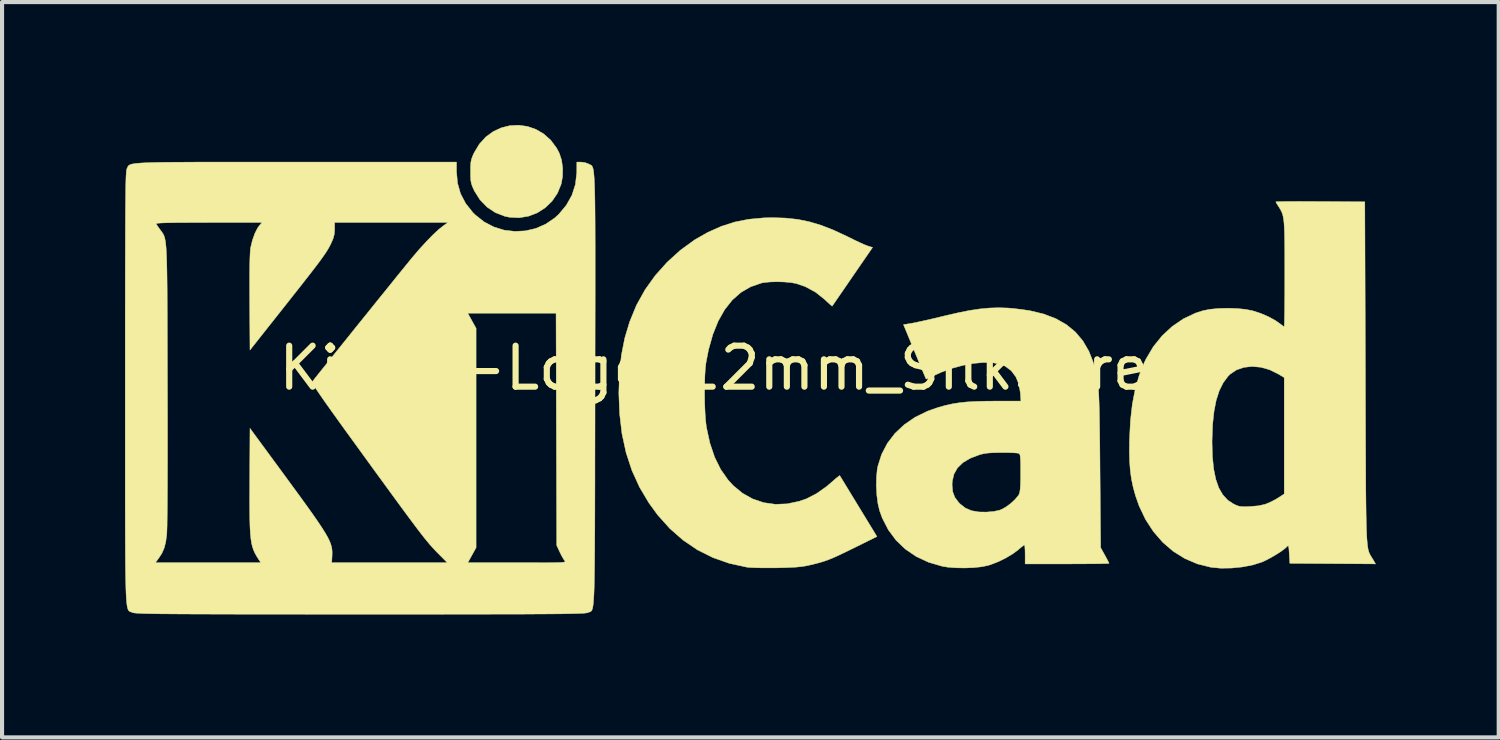
<source format=kicad_pcb>
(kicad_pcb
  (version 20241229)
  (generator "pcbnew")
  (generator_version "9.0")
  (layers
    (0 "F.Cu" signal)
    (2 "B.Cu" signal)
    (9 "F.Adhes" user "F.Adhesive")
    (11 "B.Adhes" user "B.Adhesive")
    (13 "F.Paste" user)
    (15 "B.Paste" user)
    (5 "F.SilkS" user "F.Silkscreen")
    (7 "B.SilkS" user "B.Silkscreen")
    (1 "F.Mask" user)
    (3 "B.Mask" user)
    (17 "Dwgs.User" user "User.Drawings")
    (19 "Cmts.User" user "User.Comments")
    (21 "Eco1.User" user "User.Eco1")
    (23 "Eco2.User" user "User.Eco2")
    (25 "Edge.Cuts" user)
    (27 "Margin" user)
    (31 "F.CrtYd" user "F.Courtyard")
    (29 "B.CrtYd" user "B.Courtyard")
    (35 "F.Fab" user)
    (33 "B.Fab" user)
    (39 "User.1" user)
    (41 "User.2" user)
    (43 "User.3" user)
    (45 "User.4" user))
  (footprint "KiCad-Logo_12mm_SilkScreen"
    (layer "F.Cu")
    (at 15.245 5.93)
    (property "Reference" "KiCad-Logo_12mm_SilkScreen" (at 0 0 0) (layer "F.SilkS") (effects (font (size 1 1) (thickness 0.15))))
    (attr exclude_from_pos_files exclude_from_bom)
    (fp_poly (pts (xy -5.423 -5.895) (xy -5.218 -5.824) (xy -5.027 -5.712) (xy -4.856 -5.559) (xy -4.712 -5.366) (xy -4.648 -5.244) (xy -4.592 -5.073) (xy -4.565 -4.876) (xy -4.568 -4.674) (xy -4.601 -4.49) (xy -4.692 -4.266) (xy -4.824 -4.072) (xy -4.991 -3.911) (xy -5.185 -3.787) (xy -5.399 -3.705) (xy -5.628 -3.667) (xy -5.865 -3.679) (xy -5.981 -3.704) (xy -6.208 -3.792) (xy -6.41 -3.927) (xy -6.582 -4.104) (xy -6.718 -4.319) (xy -6.729 -4.343) (xy -6.769 -4.431) (xy -6.794 -4.505) (xy -6.808 -4.583) (xy -6.813 -4.684) (xy -6.814 -4.793) (xy -6.813 -4.925) (xy -6.806 -5.019) (xy -6.79 -5.096) (xy -6.762 -5.173) (xy -6.728 -5.249) (xy -6.599 -5.464) (xy -6.441 -5.638) (xy -6.259 -5.771) (xy -6.06 -5.863) (xy -5.85 -5.915) (xy -5.636 -5.925) (xy -5.423 -5.895)) (stroke (width 0.01) (type solid)) (fill yes) (layer "F.SilkS"))
    (fp_poly (pts (xy 0.875 -3.659) (xy 1.17 -3.627) (xy 1.455 -3.569) (xy 1.743 -3.483) (xy 2.045 -3.365) (xy 2.372 -3.213) (xy 2.431 -3.184) (xy 2.566 -3.117) (xy 2.694 -3.057) (xy 2.801 -3.009) (xy 2.876 -2.98) (xy 2.887 -2.976) (xy 2.997 -2.943) (xy 2.506 -2.23) (xy 2.386 -2.055) (xy 2.277 -1.896) (xy 2.181 -1.757) (xy 2.103 -1.644) (xy 2.047 -1.562) (xy 2.015 -1.517) (xy 2.01 -1.51) (xy 1.99 -1.525) (xy 1.939 -1.57) (xy 1.867 -1.636) (xy 1.827 -1.674) (xy 1.603 -1.852) (xy 1.351 -1.988) (xy 1.133 -2.062) (xy 1.003 -2.086) (xy 0.84 -2.1) (xy 0.663 -2.105) (xy 0.491 -2.1) (xy 0.345 -2.085) (xy 0.286 -2.074) (xy 0.022 -1.983) (xy -0.216 -1.845) (xy -0.427 -1.659) (xy -0.612 -1.425) (xy -0.771 -1.144) (xy -0.902 -0.817) (xy -1.007 -0.443) (xy -1.069 -0.123) (xy -1.085 0.018) (xy -1.096 0.201) (xy -1.102 0.412) (xy -1.103 0.637) (xy -1.1 0.865) (xy -1.091 1.081) (xy -1.078 1.273) (xy -1.06 1.428) (xy -1.056 1.452) (xy -0.972 1.836) (xy -0.857 2.176) (xy -0.71 2.473) (xy -0.531 2.729) (xy -0.404 2.868) (xy -0.176 3.056) (xy 0.073 3.195) (xy 0.341 3.285) (xy 0.623 3.325) (xy 0.913 3.314) (xy 1.209 3.251) (xy 1.384 3.19) (xy 1.626 3.066) (xy 1.876 2.89) (xy 2.016 2.77) (xy 2.094 2.701) (xy 2.156 2.651) (xy 2.191 2.626) (xy 2.195 2.625) (xy 2.211 2.65) (xy 2.252 2.716) (xy 2.314 2.818) (xy 2.394 2.949) (xy 2.488 3.104) (xy 2.594 3.277) (xy 2.653 3.374) (xy 3.103 4.112) (xy 2.541 4.39) (xy 2.338 4.489) (xy 2.174 4.568) (xy 2.038 4.629) (xy 1.921 4.677) (xy 1.812 4.716) (xy 1.701 4.749) (xy 1.579 4.781) (xy 1.461 4.809) (xy 1.357 4.831) (xy 1.248 4.847) (xy 1.123 4.859) (xy 0.972 4.867) (xy 0.783 4.873) (xy 0.655 4.876) (xy 0.474 4.877) (xy 0.3 4.877) (xy 0.144 4.873) (xy 0.02 4.868) (xy -0.063 4.861) (xy -0.068 4.86) (xy -0.497 4.767) (xy -0.9 4.626) (xy -1.276 4.438) (xy -1.626 4.201) (xy -1.95 3.917) (xy -2.247 3.586) (xy -2.462 3.291) (xy -2.691 2.905) (xy -2.876 2.498) (xy -3.018 2.066) (xy -3.118 1.605) (xy -3.176 1.113) (xy -3.195 0.614) (xy -3.18 0.131) (xy -3.132 -0.315) (xy -3.05 -0.731) (xy -2.932 -1.125) (xy -2.777 -1.503) (xy -2.759 -1.543) (xy -2.555 -1.91) (xy -2.305 -2.259) (xy -2.015 -2.583) (xy -1.693 -2.875) (xy -1.346 -3.127) (xy -1.022 -3.312) (xy -0.695 -3.457) (xy -0.368 -3.562) (xy -0.027 -3.63) (xy 0.34 -3.664) (xy 0.56 -3.669) (xy 0.875 -3.659)) (stroke (width 0.01) (type solid)) (fill yes) (layer "F.SilkS"))
    (fp_poly (pts (xy 13.611 -4.064) (xy 13.843 -4.063) (xy 13.922 -4.063) (xy 15.008 -4.056) (xy 15.022 0.109) (xy 15.023 0.674) (xy 15.025 1.187) (xy 15.026 1.65) (xy 15.028 2.067) (xy 15.03 2.44) (xy 15.031 2.772) (xy 15.033 3.064) (xy 15.036 3.321) (xy 15.039 3.544) (xy 15.043 3.737) (xy 15.047 3.901) (xy 15.052 4.04) (xy 15.058 4.157) (xy 15.066 4.253) (xy 15.074 4.331) (xy 15.083 4.395) (xy 15.094 4.447) (xy 15.107 4.489) (xy 15.12 4.524) (xy 15.136 4.555) (xy 15.153 4.585) (xy 15.172 4.615) (xy 15.193 4.649) (xy 15.198 4.657) (xy 15.27 4.78) (xy 14.224 4.773) (xy 13.178 4.766) (xy 13.164 4.536) (xy 13.157 4.426) (xy 13.149 4.362) (xy 13.139 4.337) (xy 13.123 4.342) (xy 13.11 4.356) (xy 13.052 4.41) (xy 12.959 4.478) (xy 12.842 4.553) (xy 12.715 4.627) (xy 12.592 4.692) (xy 12.498 4.735) (xy 12.276 4.805) (xy 12.022 4.854) (xy 11.754 4.881) (xy 11.491 4.885) (xy 11.252 4.862) (xy 11.248 4.861) (xy 10.92 4.779) (xy 10.614 4.648) (xy 10.331 4.471) (xy 10.075 4.251) (xy 9.849 3.99) (xy 9.655 3.692) (xy 9.498 3.36) (xy 9.412 3.114) (xy 9.355 2.907) (xy 9.313 2.708) (xy 9.285 2.503) (xy 9.268 2.28) (xy 9.262 2.027) (xy 9.265 1.821) (xy 11.28 1.821) (xy 11.29 2.167) (xy 11.32 2.464) (xy 11.372 2.717) (xy 11.445 2.926) (xy 11.543 3.094) (xy 11.664 3.225) (xy 11.805 3.317) (xy 11.878 3.352) (xy 11.941 3.373) (xy 12.011 3.382) (xy 12.106 3.383) (xy 12.208 3.379) (xy 12.409 3.362) (xy 12.568 3.327) (xy 12.618 3.309) (xy 12.732 3.258) (xy 12.852 3.194) (xy 12.905 3.161) (xy 13.041 3.072) (xy 13.041 0.233) (xy 12.891 0.143) (xy 12.682 0.041) (xy 12.468 -0.019) (xy 12.257 -0.038) (xy 12.057 -0.016) (xy 11.877 0.046) (xy 11.723 0.149) (xy 11.673 0.198) (xy 11.553 0.359) (xy 11.456 0.554) (xy 11.381 0.787) (xy 11.328 1.06) (xy 11.294 1.377) (xy 11.281 1.742) (xy 11.28 1.821) (xy 9.265 1.821) (xy 9.266 1.735) (xy 9.289 1.285) (xy 9.335 0.88) (xy 9.406 0.512) (xy 9.503 0.177) (xy 9.626 -0.132) (xy 9.67 -0.223) (xy 9.848 -0.522) (xy 10.062 -0.787) (xy 10.308 -1.015) (xy 10.581 -1.201) (xy 10.877 -1.341) (xy 11.053 -1.398) (xy 11.227 -1.433) (xy 11.436 -1.453) (xy 11.663 -1.459) (xy 11.89 -1.452) (xy 12.1 -1.431) (xy 12.268 -1.398) (xy 12.469 -1.333) (xy 12.663 -1.249) (xy 12.833 -1.155) (xy 12.924 -1.091) (xy 12.986 -1.044) (xy 13.03 -1.015) (xy 13.04 -1.011) (xy 13.043 -1.037) (xy 13.046 -1.113) (xy 13.048 -1.232) (xy 13.051 -1.391) (xy 13.052 -1.582) (xy 13.054 -1.801) (xy 13.055 -2.043) (xy 13.055 -2.29) (xy 13.055 -2.606) (xy 13.054 -2.872) (xy 13.052 -3.093) (xy 13.049 -3.276) (xy 13.043 -3.424) (xy 13.036 -3.543) (xy 13.025 -3.638) (xy 13.011 -3.713) (xy 12.993 -3.775) (xy 12.97 -3.828) (xy 12.943 -3.878) (xy 12.911 -3.929) (xy 12.907 -3.935) (xy 12.865 -4.001) (xy 12.84 -4.046) (xy 12.837 -4.056) (xy 12.863 -4.059) (xy 12.938 -4.061) (xy 13.056 -4.063) (xy 13.212 -4.064) (xy 13.399 -4.065) (xy 13.611 -4.064)) (stroke (width 0.01) (type solid)) (fill yes) (layer "F.SilkS"))
    (fp_poly (pts (xy 6.301 -1.464) (xy 6.436 -1.453) (xy 6.823 -1.402) (xy 7.166 -1.32) (xy 7.467 -1.206) (xy 7.726 -1.059) (xy 7.946 -0.878) (xy 8.128 -0.662) (xy 8.275 -0.41) (xy 8.382 -0.137) (xy 8.409 -0.049) (xy 8.433 0.032) (xy 8.453 0.113) (xy 8.47 0.196) (xy 8.485 0.288) (xy 8.498 0.391) (xy 8.508 0.511) (xy 8.516 0.651) (xy 8.523 0.817) (xy 8.529 1.012) (xy 8.533 1.242) (xy 8.537 1.509) (xy 8.541 1.82) (xy 8.544 2.178) (xy 8.546 2.458) (xy 8.562 4.384) (xy 8.665 4.569) (xy 8.713 4.658) (xy 8.749 4.727) (xy 8.766 4.764) (xy 8.767 4.767) (xy 8.741 4.77) (xy 8.666 4.772) (xy 8.548 4.775) (xy 8.394 4.777) (xy 8.209 4.778) (xy 7.999 4.779) (xy 7.77 4.78) (xy 7.743 4.78) (xy 6.719 4.78) (xy 6.719 4.547) (xy 6.717 4.443) (xy 6.712 4.362) (xy 6.706 4.319) (xy 6.703 4.315) (xy 6.676 4.332) (xy 6.62 4.376) (xy 6.547 4.437) (xy 6.546 4.439) (xy 6.413 4.537) (xy 6.246 4.636) (xy 6.063 4.726) (xy 5.883 4.796) (xy 5.804 4.82) (xy 5.646 4.851) (xy 5.452 4.871) (xy 5.241 4.879) (xy 5.029 4.875) (xy 4.834 4.86) (xy 4.698 4.838) (xy 4.363 4.74) (xy 4.063 4.6) (xy 3.797 4.42) (xy 3.569 4.202) (xy 3.38 3.947) (xy 3.232 3.658) (xy 3.168 3.482) (xy 3.128 3.312) (xy 3.101 3.107) (xy 3.089 2.886) (xy 3.089 2.854) (xy 4.937 2.854) (xy 4.952 3.018) (xy 5.003 3.154) (xy 5.097 3.28) (xy 5.133 3.317) (xy 5.262 3.417) (xy 5.411 3.481) (xy 5.589 3.512) (xy 5.777 3.515) (xy 5.955 3.5) (xy 6.091 3.47) (xy 6.15 3.448) (xy 6.257 3.387) (xy 6.37 3.303) (xy 6.473 3.207) (xy 6.55 3.116) (xy 6.571 3.082) (xy 6.586 3.035) (xy 6.598 2.96) (xy 6.605 2.851) (xy 6.609 2.699) (xy 6.609 2.554) (xy 6.609 2.386) (xy 6.607 2.264) (xy 6.602 2.181) (xy 6.595 2.128) (xy 6.583 2.099) (xy 6.567 2.084) (xy 6.562 2.082) (xy 6.518 2.074) (xy 6.431 2.069) (xy 6.312 2.064) (xy 6.175 2.063) (xy 6.145 2.063) (xy 5.961 2.066) (xy 5.819 2.074) (xy 5.707 2.09) (xy 5.613 2.113) (xy 5.382 2.201) (xy 5.201 2.308) (xy 5.068 2.437) (xy 4.982 2.59) (xy 4.941 2.768) (xy 4.937 2.854) (xy 3.089 2.854) (xy 3.092 2.67) (xy 3.11 2.476) (xy 3.125 2.397) (xy 3.217 2.106) (xy 3.357 1.838) (xy 3.542 1.596) (xy 3.77 1.382) (xy 4.037 1.199) (xy 4.343 1.05) (xy 4.602 0.96) (xy 4.775 0.912) (xy 4.941 0.875) (xy 5.11 0.848) (xy 5.293 0.828) (xy 5.501 0.816) (xy 5.744 0.809) (xy 5.964 0.807) (xy 6.616 0.806) (xy 6.603 0.61) (xy 6.568 0.397) (xy 6.492 0.215) (xy 6.38 0.066) (xy 6.234 -0.043) (xy 6.106 -0.096) (xy 5.922 -0.13) (xy 5.703 -0.135) (xy 5.46 -0.113) (xy 5.202 -0.065) (xy 4.939 0.006) (xy 4.683 0.098) (xy 4.497 0.183) (xy 4.407 0.226) (xy 4.339 0.257) (xy 4.304 0.268) (xy 4.302 0.268) (xy 4.29 0.242) (xy 4.26 0.171) (xy 4.215 0.064) (xy 4.158 -0.074) (xy 4.091 -0.235) (xy 4.023 -0.4) (xy 3.751 -1.059) (xy 3.944 -1.09) (xy 4.028 -1.106) (xy 4.154 -1.133) (xy 4.312 -1.168) (xy 4.49 -1.209) (xy 4.677 -1.254) (xy 4.752 -1.272) (xy 5.076 -1.347) (xy 5.359 -1.404) (xy 5.613 -1.442) (xy 5.847 -1.464) (xy 6.073 -1.471) (xy 6.301 -1.464)) (stroke (width 0.01) (type solid)) (fill yes) (layer "F.SilkS"))
    (fp_poly (pts (xy -11.847 -5.025) (xy -11.321 -5.025) (xy -11.076 -5.025) (xy -7.156 -5.025) (xy -7.156 -4.794) (xy -7.131 -4.513) (xy -7.057 -4.254) (xy -6.932 -4.015) (xy -6.756 -3.794) (xy -6.696 -3.735) (xy -6.482 -3.566) (xy -6.246 -3.443) (xy -5.995 -3.365) (xy -5.735 -3.334) (xy -5.475 -3.347) (xy -5.221 -3.406) (xy -4.98 -3.511) (xy -4.76 -3.661) (xy -4.661 -3.751) (xy -4.476 -3.973) (xy -4.34 -4.216) (xy -4.255 -4.479) (xy -4.222 -4.759) (xy -4.221 -4.786) (xy -4.22 -5.025) (xy -4.115 -5.025) (xy -4.021 -5.013) (xy -3.936 -4.982) (xy -3.931 -4.979) (xy -3.912 -4.969) (xy -3.894 -4.961) (xy -3.878 -4.953) (xy -3.863 -4.943) (xy -3.85 -4.928) (xy -3.838 -4.907) (xy -3.827 -4.876) (xy -3.817 -4.834) (xy -3.809 -4.778) (xy -3.802 -4.707) (xy -3.795 -4.617) (xy -3.79 -4.507) (xy -3.785 -4.374) (xy -3.781 -4.216) (xy -3.778 -4.031) (xy -3.776 -3.817) (xy -3.774 -3.571) (xy -3.773 -3.29) (xy -3.772 -2.974) (xy -3.772 -2.619) (xy -3.772 -2.223) (xy -3.772 -1.784) (xy -3.773 -1.3) (xy -3.774 -0.769) (xy -3.775 -0.187) (xy -3.775 0.446) (xy -3.776 0.524) (xy -3.776 1.161) (xy -3.777 1.747) (xy -3.778 2.282) (xy -3.778 2.769) (xy -3.779 3.211) (xy -3.78 3.609) (xy -3.781 3.967) (xy -3.783 4.285) (xy -3.785 4.568) (xy -3.787 4.815) (xy -3.79 5.031) (xy -3.793 5.217) (xy -3.797 5.376) (xy -3.802 5.509) (xy -3.808 5.62) (xy -3.815 5.709) (xy -3.822 5.781) (xy -3.831 5.836) (xy -3.84 5.877) (xy -3.851 5.906) (xy -3.863 5.926) (xy -3.877 5.939) (xy -3.892 5.948) (xy -3.908 5.953) (xy -3.926 5.958) (xy -3.946 5.965) (xy -3.95 5.968) (xy -3.965 5.973) (xy -3.991 5.977) (xy -4.028 5.981) (xy -4.08 5.985) (xy -4.148 5.988) (xy -4.236 5.991) (xy -4.344 5.994) (xy -4.476 5.996) (xy -4.633 5.999) (xy -4.818 6) (xy -5.033 6.002) (xy -5.28 6.003) (xy -5.561 6.005) (xy -5.878 6.006) (xy -6.234 6.006) (xy -6.631 6.007) (xy -7.071 6.007) (xy -7.556 6.008) (xy -8.088 6.008) (xy -8.67 6.008) (xy -9.303 6.008) (xy -9.509 6.008) (xy -10.156 6.008) (xy -10.752 6.008) (xy -11.297 6.007) (xy -11.794 6.007) (xy -12.245 6.007) (xy -12.653 6.006) (xy -13.02 6.005) (xy -13.347 6.004) (xy -13.638 6.003) (xy -13.894 6.002) (xy -14.117 6) (xy -14.31 5.999) (xy -14.476 5.997) (xy -14.615 5.994) (xy -14.731 5.992) (xy -14.826 5.989) (xy -14.901 5.985) (xy -14.96 5.982) (xy -15.003 5.978) (xy -15.035 5.974) (xy -15.056 5.969) (xy -15.067 5.965) (xy -15.088 5.956) (xy -15.107 5.95) (xy -15.124 5.943) (xy -15.139 5.935) (xy -15.154 5.921) (xy -15.166 5.902) (xy -15.178 5.873) (xy -15.188 5.832) (xy -15.197 5.779) (xy -15.205 5.709) (xy -15.212 5.622) (xy -15.218 5.514) (xy -15.223 5.383) (xy -15.227 5.228) (xy -15.231 5.045) (xy -15.234 4.834) (xy -15.234 4.752) (xy -14.505 4.752) (xy -11.929 4.752) (xy -11.979 4.677) (xy -12.028 4.6) (xy -12.07 4.526) (xy -12.104 4.452) (xy -12.133 4.37) (xy -12.156 4.277) (xy -12.173 4.166) (xy -12.186 4.034) (xy -12.195 3.875) (xy -12.2 3.683) (xy -12.203 3.454) (xy -12.204 3.182) (xy -12.202 2.863) (xy -12.202 2.744) (xy -12.195 1.472) (xy -11.389 2.569) (xy -11.161 2.88) (xy -10.963 3.151) (xy -10.794 3.385) (xy -10.65 3.587) (xy -10.531 3.759) (xy -10.434 3.905) (xy -10.357 4.028) (xy -10.297 4.133) (xy -10.253 4.223) (xy -10.223 4.302) (xy -10.203 4.372) (xy -10.193 4.439) (xy -10.19 4.504) (xy -10.192 4.573) (xy -10.192 4.581) (xy -10.201 4.752) (xy -8.789 4.752) (xy -7.378 4.752) (xy -7.588 4.54) (xy -7.645 4.483) (xy -7.699 4.426) (xy -7.752 4.368) (xy -7.807 4.306) (xy -7.867 4.235) (xy -7.933 4.154) (xy -8.008 4.059) (xy -8.094 3.947) (xy -8.194 3.814) (xy -8.31 3.659) (xy -8.445 3.476) (xy -8.6 3.265) (xy -8.779 3.02) (xy -8.983 2.74) (xy -9.215 2.422) (xy -9.405 2.16) (xy -9.643 1.831) (xy -9.852 1.544) (xy -10.031 1.295) (xy -10.184 1.082) (xy -10.312 0.902) (xy -10.417 0.753) (xy -10.501 0.631) (xy -10.566 0.534) (xy -10.614 0.46) (xy -10.646 0.404) (xy -10.665 0.366) (xy -10.673 0.342) (xy -10.67 0.329) (xy -10.644 0.295) (xy -10.587 0.222) (xy -10.502 0.116) (xy -10.393 -0.02) (xy -10.264 -0.181) (xy -10.118 -0.363) (xy -9.958 -0.562) (xy -9.788 -0.773) (xy -9.612 -0.993) (xy -9.432 -1.216) (xy -9.333 -1.338) (xy -6.882 -1.338) (xy -6.678 -0.97) (xy -6.678 4.384) (xy -6.882 4.752) (xy -5.676 4.752) (xy -5.388 4.752) (xy -5.151 4.752) (xy -4.958 4.751) (xy -4.807 4.749) (xy -4.693 4.747) (xy -4.61 4.744) (xy -4.554 4.739) (xy -4.521 4.733) (xy -4.507 4.725) (xy -4.506 4.715) (xy -4.515 4.704) (xy -4.515 4.704) (xy -4.549 4.654) (xy -4.595 4.573) (xy -4.635 4.492) (xy -4.711 4.329) (xy -4.719 1.495) (xy -4.727 -1.338) (xy -6.882 -1.338) (xy -9.333 -1.338) (xy -9.253 -1.438) (xy -9.078 -1.656) (xy -8.909 -1.864) (xy -8.752 -2.059) (xy -8.609 -2.237) (xy -8.483 -2.392) (xy -8.378 -2.521) (xy -8.298 -2.619) (xy -8.251 -2.677) (xy -8.069 -2.891) (xy -7.893 -3.084) (xy -7.731 -3.25) (xy -7.588 -3.383) (xy -7.486 -3.464) (xy -7.366 -3.551) (xy -10.13 -3.551) (xy -10.129 -3.388) (xy -10.137 -3.269) (xy -10.166 -3.159) (xy -10.211 -3.054) (xy -10.24 -2.995) (xy -10.271 -2.936) (xy -10.308 -2.874) (xy -10.352 -2.805) (xy -10.408 -2.724) (xy -10.476 -2.629) (xy -10.562 -2.514) (xy -10.667 -2.377) (xy -10.794 -2.213) (xy -10.946 -2.019) (xy -11.127 -1.79) (xy -11.338 -1.522) (xy -11.362 -1.492) (xy -12.195 -0.439) (xy -12.203 -1.605) (xy -12.204 -1.955) (xy -12.204 -2.251) (xy -12.202 -2.494) (xy -12.197 -2.686) (xy -12.191 -2.826) (xy -12.183 -2.917) (xy -12.18 -2.935) (xy -12.136 -3.117) (xy -12.078 -3.281) (xy -12.011 -3.413) (xy -11.972 -3.469) (xy -11.903 -3.551) (xy -13.204 -3.551) (xy -13.515 -3.55) (xy -13.774 -3.549) (xy -13.987 -3.548) (xy -14.156 -3.545) (xy -14.286 -3.542) (xy -14.38 -3.538) (xy -14.442 -3.533) (xy -14.476 -3.526) (xy -14.486 -3.518) (xy -14.485 -3.516) (xy -14.458 -3.475) (xy -14.412 -3.409) (xy -14.388 -3.375) (xy -14.363 -3.342) (xy -14.341 -3.312) (xy -14.321 -3.283) (xy -14.304 -3.252) (xy -14.288 -3.215) (xy -14.275 -3.17) (xy -14.263 -3.114) (xy -14.253 -3.043) (xy -14.244 -2.956) (xy -14.237 -2.849) (xy -14.231 -2.719) (xy -14.226 -2.563) (xy -14.222 -2.379) (xy -14.219 -2.162) (xy -14.216 -1.912) (xy -14.215 -1.623) (xy -14.213 -1.295) (xy -14.212 -0.922) (xy -14.211 -0.504) (xy -14.21 -0.036) (xy -14.209 0.393) (xy -14.208 0.872) (xy -14.207 1.329) (xy -14.207 1.761) (xy -14.207 2.166) (xy -14.208 2.539) (xy -14.209 2.879) (xy -14.211 3.182) (xy -14.213 3.446) (xy -14.216 3.668) (xy -14.218 3.844) (xy -14.222 3.971) (xy -14.225 4.048) (xy -14.226 4.056) (xy -14.25 4.242) (xy -14.288 4.391) (xy -14.345 4.521) (xy -14.428 4.649) (xy -14.439 4.663) (xy -14.505 4.752) (xy -15.234 4.752) (xy -15.236 4.59) (xy -15.237 4.313) (xy -15.239 3.999) (xy -15.239 3.648) (xy -15.24 3.255) (xy -15.24 2.82) (xy -15.24 2.339) (xy -15.24 1.811) (xy -15.24 1.234) (xy -15.24 0.604) (xy -15.24 0.479) (xy -15.24 -0.157) (xy -15.24 -0.741) (xy -15.24 -1.274) (xy -15.239 -1.76) (xy -15.239 -2.2) (xy -15.238 -2.597) (xy -15.237 -2.952) (xy -15.236 -3.269) (xy -15.235 -3.549) (xy -15.234 -3.794) (xy -15.232 -4.008) (xy -15.23 -4.191) (xy -15.228 -4.346) (xy -15.226 -4.477) (xy -15.223 -4.583) (xy -15.22 -4.669) (xy -15.216 -4.736) (xy -15.213 -4.787) (xy -15.208 -4.823) (xy -15.204 -4.848) (xy -15.199 -4.862) (xy -15.199 -4.862) (xy -15.188 -4.885) (xy -15.18 -4.905) (xy -15.17 -4.923) (xy -15.157 -4.939) (xy -15.138 -4.953) (xy -15.11 -4.966) (xy -15.071 -4.977) (xy -15.017 -4.987) (xy -14.947 -4.995) (xy -14.858 -5.002) (xy -14.746 -5.008) (xy -14.61 -5.013) (xy -14.447 -5.017) (xy -14.254 -5.02) (xy -14.029 -5.022) (xy -13.768 -5.023) (xy -13.47 -5.025) (xy -13.131 -5.025) (xy -12.75 -5.025) (xy -12.323 -5.026) (xy -11.847 -5.025)) (stroke (width 0.01) (type solid)) (fill yes) (layer "F.SilkS")))
  (gr_rect
    (start -3 -3)
    (end 33.52 14.943)
    (stroke (width 0.1) (type default))
    (fill no)
    (layer "Edge.Cuts")))
</source>
